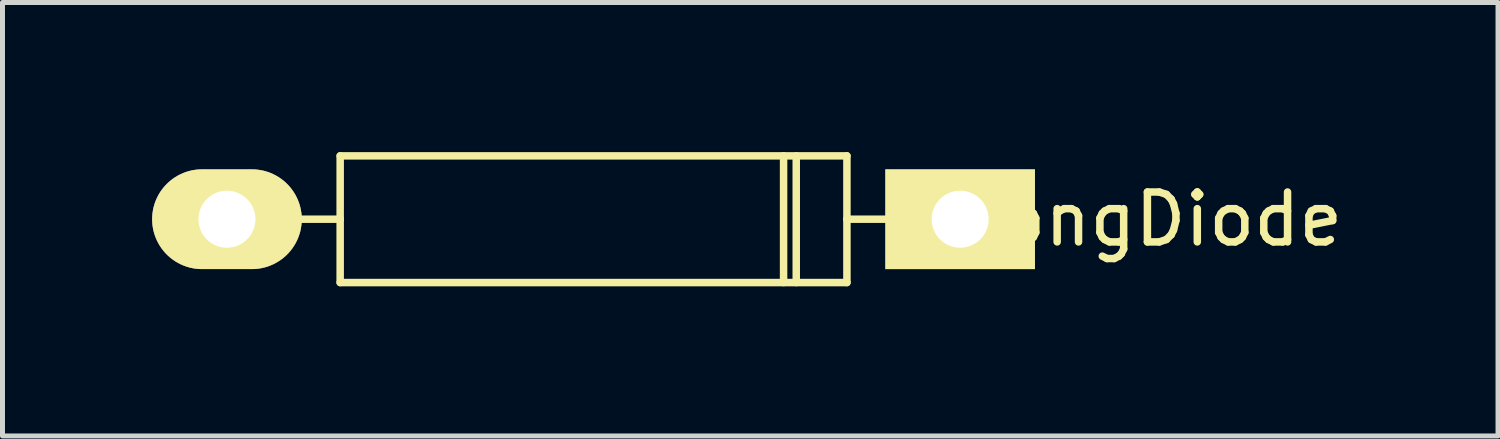
<source format=kicad_pcb>
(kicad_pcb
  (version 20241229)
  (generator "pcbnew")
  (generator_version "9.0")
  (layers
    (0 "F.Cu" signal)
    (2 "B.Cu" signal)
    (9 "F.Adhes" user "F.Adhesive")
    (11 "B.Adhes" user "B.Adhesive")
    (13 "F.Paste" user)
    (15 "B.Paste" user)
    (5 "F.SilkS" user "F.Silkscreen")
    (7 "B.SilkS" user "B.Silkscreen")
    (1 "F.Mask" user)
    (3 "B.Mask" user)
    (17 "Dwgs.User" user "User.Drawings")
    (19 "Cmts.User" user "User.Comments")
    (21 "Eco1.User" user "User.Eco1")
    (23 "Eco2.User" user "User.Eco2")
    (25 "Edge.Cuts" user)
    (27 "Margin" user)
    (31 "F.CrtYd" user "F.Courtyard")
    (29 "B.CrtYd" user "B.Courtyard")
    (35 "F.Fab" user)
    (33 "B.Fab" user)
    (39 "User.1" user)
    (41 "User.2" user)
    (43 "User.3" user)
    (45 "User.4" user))
  (footprint "LongDiode"
    (layer "F.Cu")
    (at 8.85 1.345)
    (property "Reference" "LongDiode" (at 11.176 0 0) (layer "F.SilkS") (effects (font (size 1 1) (thickness 0.15))))
    (attr through_hole)
    (fp_line (start -5.08 -1.27) (end -5.08 0) (stroke (width 0.15) (type solid)) (layer "F.SilkS"))
    (fp_line (start -5.08 0) (end -6.35 0) (stroke (width 0.15) (type solid)) (layer "F.SilkS"))
    (fp_line (start -5.08 0) (end -5.08 1.27) (stroke (width 0.15) (type solid)) (layer "F.SilkS"))
    (fp_line (start -5.08 1.27) (end 5.08 1.27) (stroke (width 0.15) (type solid)) (layer "F.SilkS"))
    (fp_line (start 3.81 -1.27) (end 3.81 1.27) (stroke (width 0.15) (type solid)) (layer "F.SilkS"))
    (fp_line (start 4.064 -1.27) (end 4.064 1.27) (stroke (width 0.15) (type solid)) (layer "F.SilkS"))
    (fp_line (start 5.08 -1.27) (end -5.08 -1.27) (stroke (width 0.15) (type solid)) (layer "F.SilkS"))
    (fp_line (start 5.08 0) (end 5.08 -1.27) (stroke (width 0.15) (type solid)) (layer "F.SilkS"))
    (fp_line (start 5.08 1.27) (end 5.08 0) (stroke (width 0.15) (type solid)) (layer "F.SilkS"))
    (fp_line (start 6.35 0) (end 5.08 0) (stroke (width 0.15) (type solid)) (layer "F.SilkS"))
    (pad "1" thru_hole rect (at 7.35 0) (size 3 2) (drill 1.143) (layers "*.Cu" "*.Mask" "F.SilkS"))
    (pad "2" thru_hole oval (at -7.35 0) (size 3 2) (drill 1.143) (layers "*.Cu" "*.Mask" "F.SilkS")))
  (gr_rect
    (start -3 -3)
    (end 26.984 5.69)
    (stroke (width 0.1) (type default))
    (fill no)
    (layer "Edge.Cuts")))
</source>
